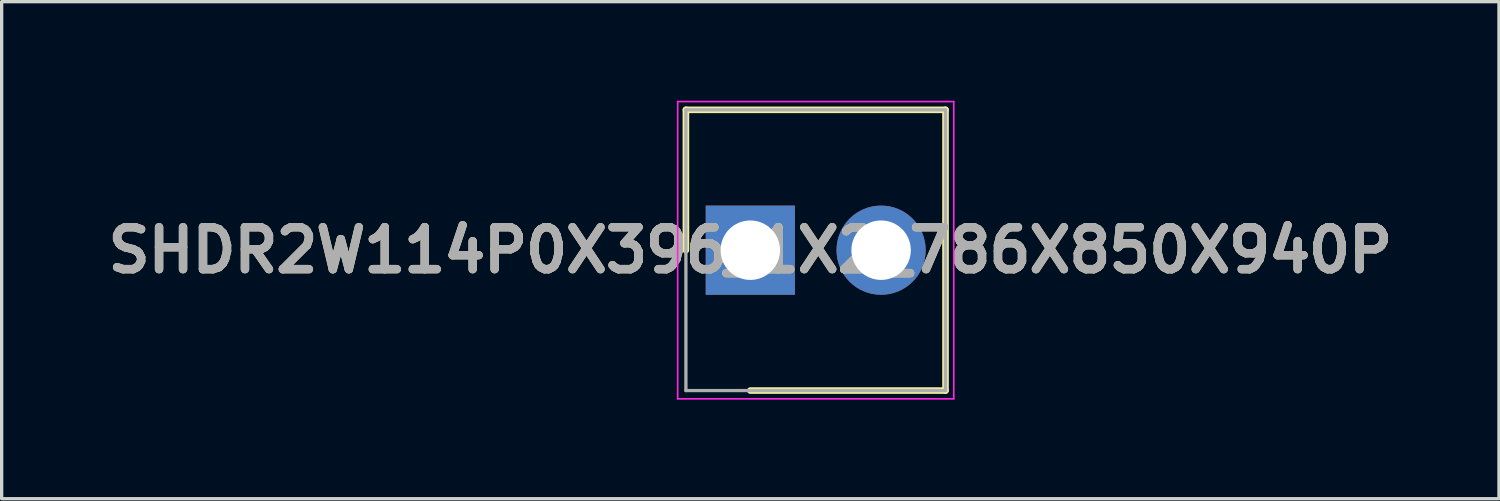
<source format=kicad_pcb>
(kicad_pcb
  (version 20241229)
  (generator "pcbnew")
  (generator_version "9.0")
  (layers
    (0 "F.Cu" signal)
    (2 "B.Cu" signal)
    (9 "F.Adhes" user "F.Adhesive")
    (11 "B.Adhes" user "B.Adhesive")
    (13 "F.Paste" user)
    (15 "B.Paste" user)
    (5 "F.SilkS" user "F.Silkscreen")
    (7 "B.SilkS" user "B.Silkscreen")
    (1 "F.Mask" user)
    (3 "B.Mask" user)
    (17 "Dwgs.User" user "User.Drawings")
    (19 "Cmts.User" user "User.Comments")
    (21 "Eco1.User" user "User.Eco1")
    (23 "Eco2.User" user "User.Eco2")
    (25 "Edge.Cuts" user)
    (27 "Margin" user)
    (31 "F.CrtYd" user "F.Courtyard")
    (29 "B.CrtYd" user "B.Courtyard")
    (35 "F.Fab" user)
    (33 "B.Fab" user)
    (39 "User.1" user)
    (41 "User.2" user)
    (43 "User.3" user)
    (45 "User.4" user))
  (footprint "SHDR2W114P0X396_1X2_786X850X940P"
    (layer "F.Cu")
    (at 19.667 4.525)
    (property "Reference" "SHDR2W114P0X396_1X2_786X850X940P" (at 0 0 0) (layer "F.SilkS") (effects (font (size 1.27 1.27) (thickness 0.254))))
    (attr through_hole)
    (fp_line (start -1.95 -4.25) (end -1.95 0) (stroke (width 0.2) (type solid)) (layer "F.SilkS"))
    (fp_line (start 0 4.25) (end 5.91 4.25) (stroke (width 0.2) (type solid)) (layer "F.SilkS"))
    (fp_line (start 5.91 -4.25) (end -1.95 -4.25) (stroke (width 0.2) (type solid)) (layer "F.SilkS"))
    (fp_line (start 5.91 4.25) (end 5.91 -4.25) (stroke (width 0.2) (type solid)) (layer "F.SilkS"))
    (fp_line (start -2.2 -4.5) (end 6.16 -4.5) (stroke (width 0.05) (type solid)) (layer "F.CrtYd"))
    (fp_line (start -2.2 4.5) (end -2.2 -4.5) (stroke (width 0.05) (type solid)) (layer "F.CrtYd"))
    (fp_line (start 6.16 -4.5) (end 6.16 4.5) (stroke (width 0.05) (type solid)) (layer "F.CrtYd"))
    (fp_line (start 6.16 4.5) (end -2.2 4.5) (stroke (width 0.05) (type solid)) (layer "F.CrtYd"))
    (fp_line (start -1.95 -4.25) (end 5.91 -4.25) (stroke (width 0.1) (type solid)) (layer "F.Fab"))
    (fp_line (start -1.95 4.25) (end -1.95 -4.25) (stroke (width 0.1) (type solid)) (layer "F.Fab"))
    (fp_line (start 5.91 -4.25) (end 5.91 4.25) (stroke (width 0.1) (type solid)) (layer "F.Fab"))
    (fp_line (start 5.91 4.25) (end -1.95 4.25) (stroke (width 0.1) (type solid)) (layer "F.Fab"))
    (fp_text user "${REFERENCE}" (at 0 0 0) (layer "F.Fab") (effects (font (size 1.27 1.27) (thickness 0.254))))
    (pad "1" thru_hole rect (at 0 0) (size 2.7 2.7) (drill 1.8) (layers "*.Cu" "*.Mask"))
    (pad "2" thru_hole circle (at 3.96 0) (size 2.7 2.7) (drill 1.8) (layers "*.Cu" "*.Mask")))
  (gr_rect
    (start -3 -3)
    (end 42.334 12.05)
    (stroke (width 0.1) (type default))
    (fill no)
    (layer "Edge.Cuts")))
</source>
